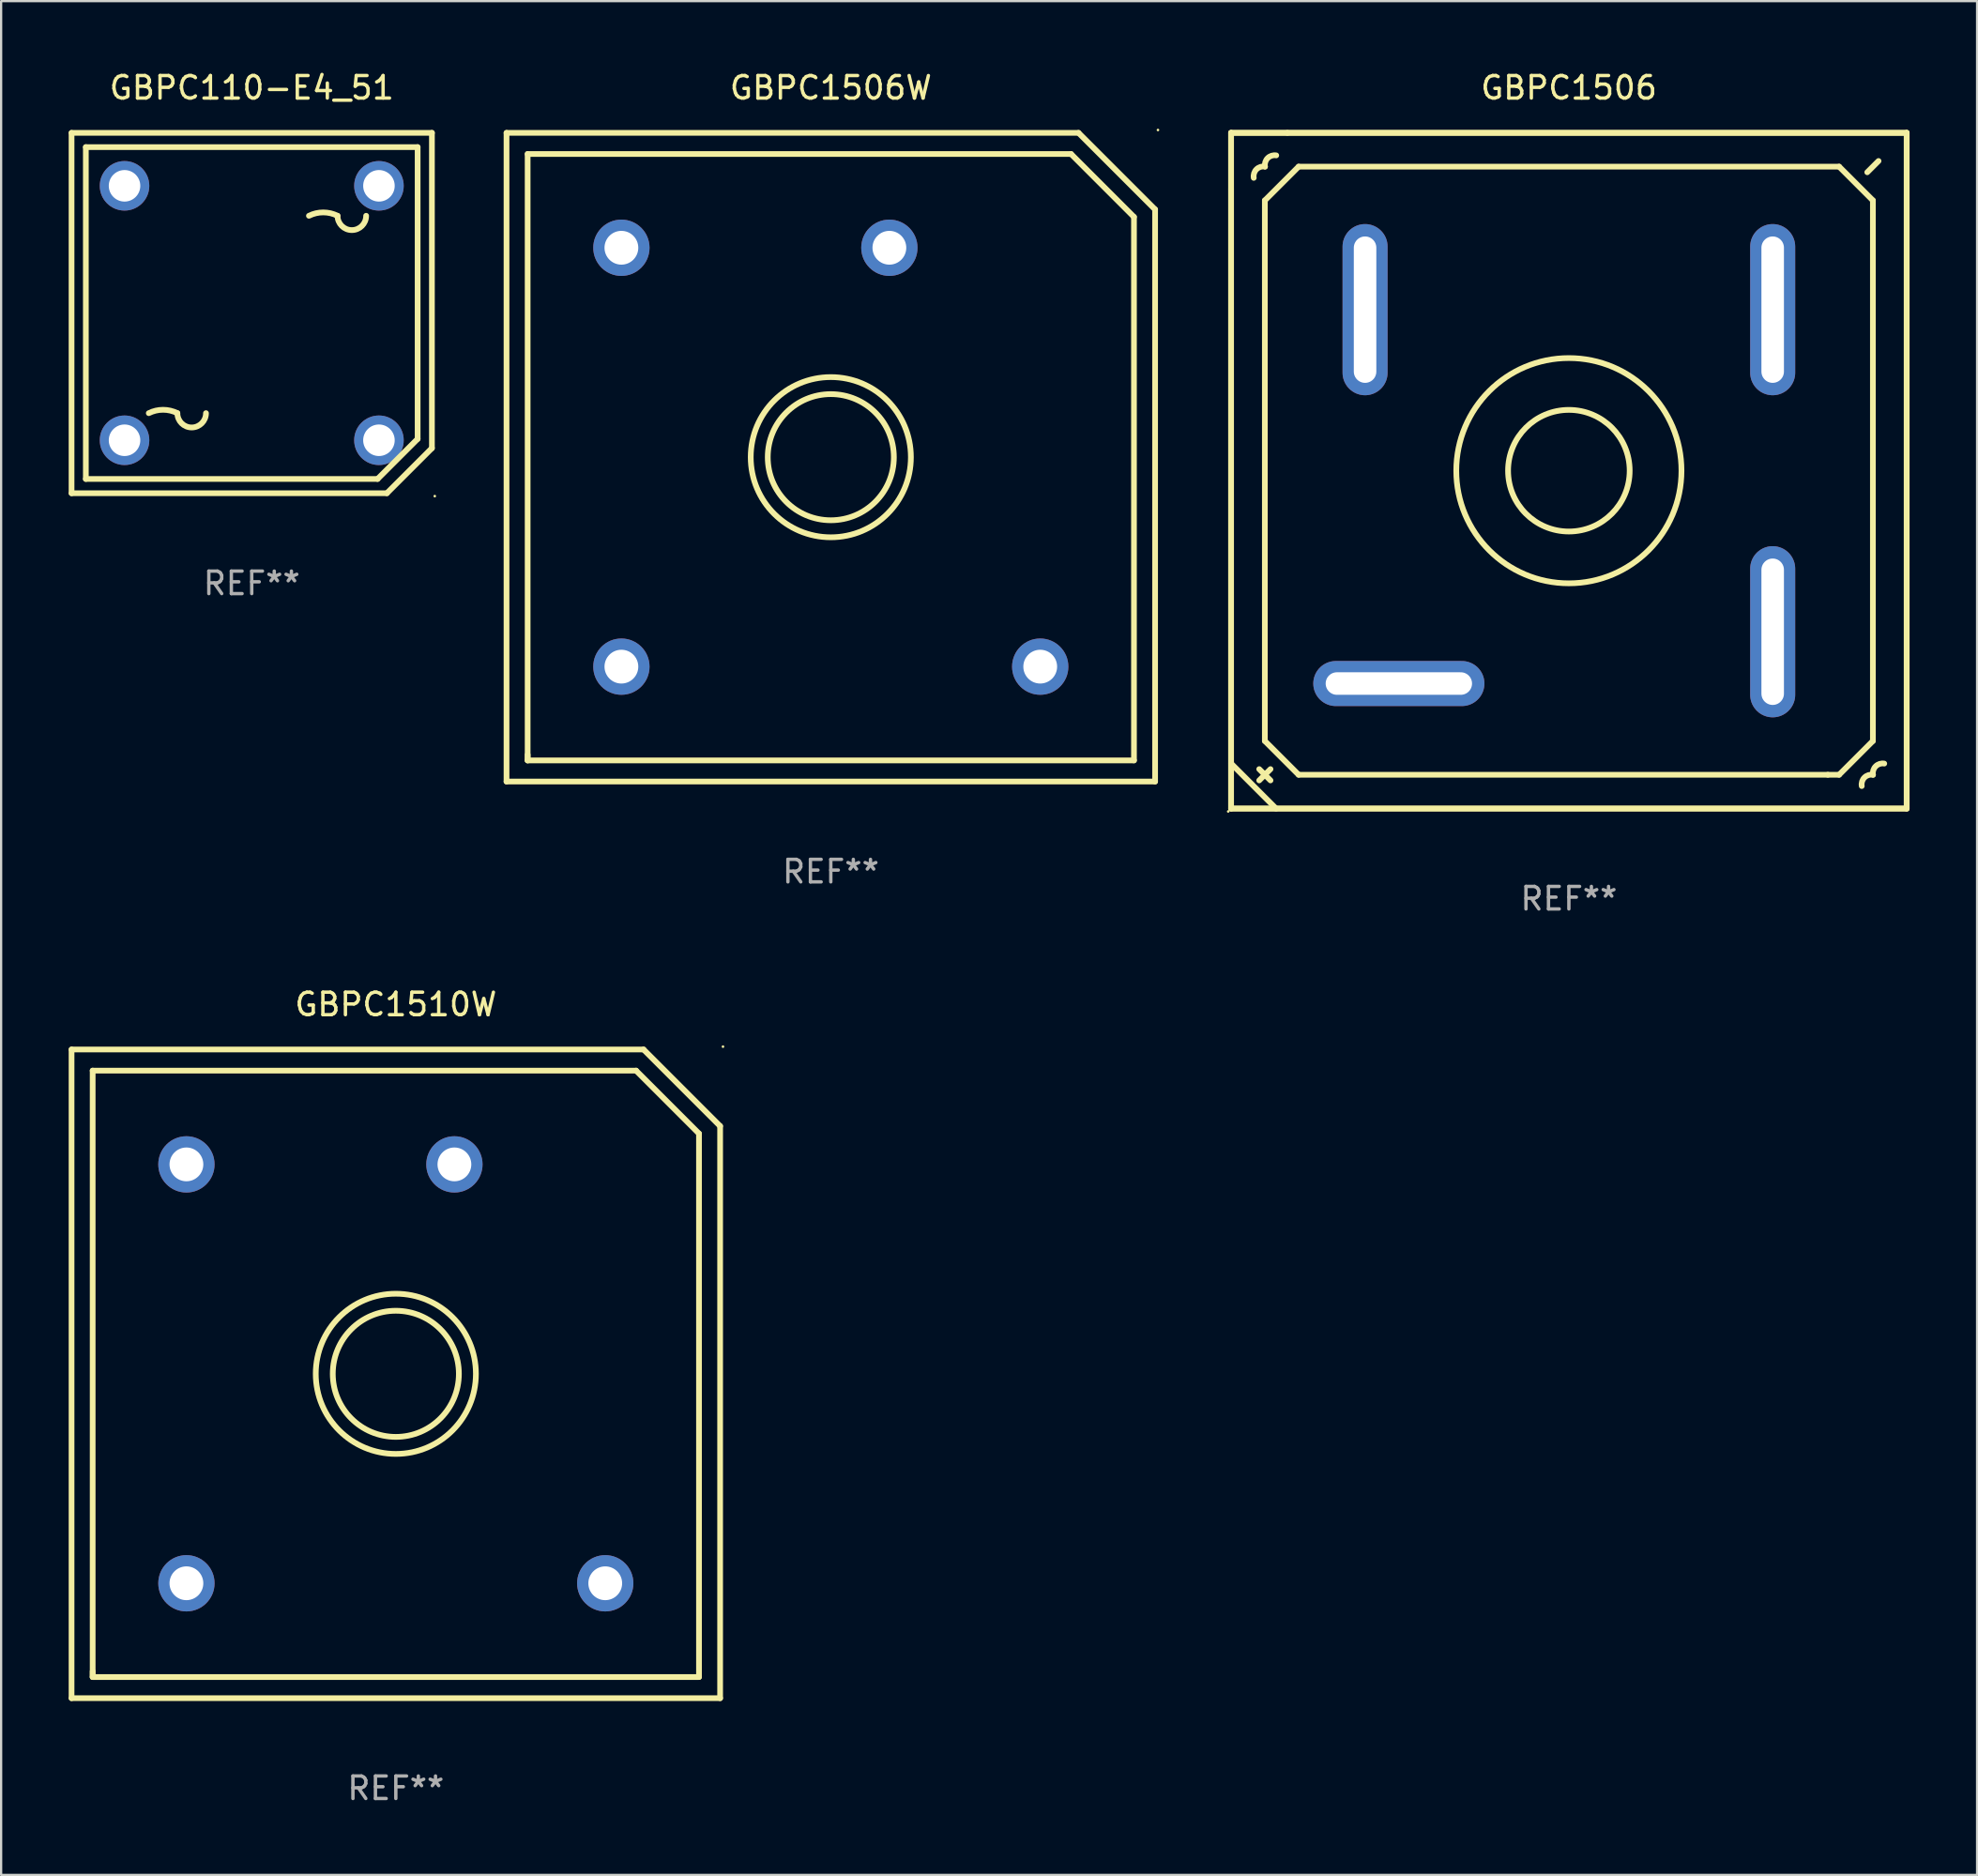
<source format=kicad_pcb>
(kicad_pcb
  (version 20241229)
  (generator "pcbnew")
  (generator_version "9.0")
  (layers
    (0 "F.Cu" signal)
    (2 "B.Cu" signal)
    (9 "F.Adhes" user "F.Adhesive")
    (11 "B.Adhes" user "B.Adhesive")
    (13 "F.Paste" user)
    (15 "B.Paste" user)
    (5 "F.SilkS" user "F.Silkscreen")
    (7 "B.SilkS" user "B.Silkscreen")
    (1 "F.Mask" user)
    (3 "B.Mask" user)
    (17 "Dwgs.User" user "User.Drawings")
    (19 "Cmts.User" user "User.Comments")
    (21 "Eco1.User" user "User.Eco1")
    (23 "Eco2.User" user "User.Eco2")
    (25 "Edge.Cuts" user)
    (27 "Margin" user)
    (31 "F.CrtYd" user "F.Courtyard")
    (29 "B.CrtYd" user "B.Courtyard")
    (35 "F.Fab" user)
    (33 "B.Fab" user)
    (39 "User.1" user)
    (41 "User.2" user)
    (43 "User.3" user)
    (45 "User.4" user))
  (footprint "GBPC1506"
    (layer "F.Cu")
    (at 66.616 17.849)
    (property "Reference" "GBPC1506" (at 0 -17.001 0) (layer "F.SilkS") (effects (font (size 1 1) (thickness 0.15))))
    (attr through_hole)
    (fp_line (start -15 -15.001) (end -12.5 -15.001) (stroke (width 0.254) (type solid)) (layer "F.SilkS"))
    (fp_line (start -15 -15.001) (end 15 -15.001) (stroke (width 0.254) (type solid)) (layer "F.SilkS"))
    (fp_line (start -15 -12.501) (end -15 -15.001) (stroke (width 0.254) (type solid)) (layer "F.SilkS"))
    (fp_line (start -15 14.999) (end -15 -15.001) (stroke (width 0.254) (type solid)) (layer "F.SilkS"))
    (fp_line (start -15 14.999) (end -15 -12.501) (stroke (width 0.254) (type solid)) (layer "F.SilkS"))
    (fp_line (start -14.999 12.999) (end -13 15.001) (stroke (width 0.254) (type solid)) (layer "F.SilkS"))
    (fp_line (start -13.75 13.749) (end -13.25 13.249) (stroke (width 0.254) (type solid)) (layer "F.SilkS"))
    (fp_line (start -13.5 -12.001) (end -12 -13.501) (stroke (width 0.254) (type solid)) (layer "F.SilkS"))
    (fp_line (start -13.5 11.999) (end -13.5 -12.001) (stroke (width 0.254) (type solid)) (layer "F.SilkS"))
    (fp_line (start -13.25 13.749) (end -13.75 13.249) (stroke (width 0.254) (type solid)) (layer "F.SilkS"))
    (fp_line (start -12.5 -15.001) (end 15 -15.001) (stroke (width 0.254) (type solid)) (layer "F.SilkS"))
    (fp_line (start -12 -13.501) (end 12 -13.501) (stroke (width 0.254) (type solid)) (layer "F.SilkS"))
    (fp_line (start -12 13.499) (end -13.5 11.999) (stroke (width 0.254) (type solid)) (layer "F.SilkS"))
    (fp_line (start 11.5 13.499) (end -12 13.499) (stroke (width 0.254) (type solid)) (layer "F.SilkS"))
    (fp_line (start 12 -13.501) (end 13.5 -12.001) (stroke (width 0.254) (type solid)) (layer "F.SilkS"))
    (fp_line (start 12 13.499) (end 11.5 13.499) (stroke (width 0.254) (type solid)) (layer "F.SilkS"))
    (fp_line (start 13.5 -12.001) (end 13.5 11.999) (stroke (width 0.254) (type solid)) (layer "F.SilkS"))
    (fp_line (start 13.5 11.999) (end 12 13.499) (stroke (width 0.254) (type solid)) (layer "F.SilkS"))
    (fp_line (start 13.75 -13.751) (end 13.25 -13.251) (stroke (width 0.254) (type solid)) (layer "F.SilkS"))
    (fp_line (start 15 -15.001) (end 15 14.999) (stroke (width 0.254) (type solid)) (layer "F.SilkS"))
    (fp_line (start 15 -15.001) (end 15 14.999) (stroke (width 0.254) (type solid)) (layer "F.SilkS"))
    (fp_line (start 15 14.999) (end -15 14.999) (stroke (width 0.254) (type solid)) (layer "F.SilkS"))
    (fp_line (start 15 14.999) (end -15 14.999) (stroke (width 0.254) (type solid)) (layer "F.SilkS"))
    (fp_arc (start -13.993167 -13.002413) (mid -13.872579 -13.381824) (end -13.493168 -13.502412) (stroke (width 0.254001) (type solid)) (layer "F.SilkS"))
    (fp_arc (start -13.494692 -13.500381) (mid -13.374103 -13.879793) (end -12.994691 -14.000381) (stroke (width 0.254001) (type solid)) (layer "F.SilkS"))
    (fp_arc (start 13.005131 14.000635) (mid 13.125719 13.621224) (end 13.50513 13.500636) (stroke (width 0.254001) (type solid)) (layer "F.SilkS"))
    (fp_arc (start 13.503606 13.502667) (mid 13.624195 13.123255) (end 14.003607 13.002667) (stroke (width 0.254001) (type solid)) (layer "F.SilkS"))
    (fp_circle (center -15.127 15.128) (end -15.097 15.128) (stroke (width 0.06) (type solid)) (fill no) (layer "F.SilkS"))
    (fp_circle (center 0 -0.001) (end 2.7 -0.001) (stroke (width 0.254) (type solid)) (fill no) (layer "F.SilkS"))
    (fp_circle (center 0 -0.001) (end 5 -0.001) (stroke (width 0.254) (type solid)) (fill no) (layer "F.SilkS"))
    (fp_text user "REF**" (at 0 19.001 0) (layer "F.Fab") (effects (font (size 1 1) (thickness 0.15))))
    (pad "1" thru_hole oval (at -7.55 9.449 270) (size 2 7.6) (drill oval 1 6.5) (layers "*.Cu" "*.Mask"))
    (pad "2" thru_hole oval (at -9.05 -7.151 180) (size 2 7.6) (drill oval 1 6.5) (layers "*.Cu" "*.Mask"))
    (pad "3" thru_hole oval (at 9.05 -7.151) (size 2 7.6) (drill oval 1 6.5) (layers "*.Cu" "*.Mask"))
    (pad "4" thru_hole oval (at 9.05 7.149) (size 2 7.6) (drill oval 1 6.5) (layers "*.Cu" "*.Mask")))
  (footprint "GBPC1506W"
    (layer "F.Cu")
    (at 33.842 17.249)
    (property "Reference" "GBPC1506W" (at 0 -16.4 0) (layer "F.SilkS") (effects (font (size 1 1) (thickness 0.15))))
    (attr through_hole)
    (fp_line (start -14.4 14.4) (end 14.4 14.4) (stroke (width 0.254) (type solid)) (layer "F.SilkS"))
    (fp_line (start -14.4 14.4) (end -14.4 -14.4) (stroke (width 0.254) (type solid)) (layer "F.SilkS"))
    (fp_line (start -13.462 -13.462) (end 10.668 -13.462) (stroke (width 0.254) (type solid)) (layer "F.SilkS"))
    (fp_line (start -13.462 13.462) (end -13.462 -13.462) (stroke (width 0.254) (type solid)) (layer "F.SilkS"))
    (fp_line (start -13.462 13.462) (end -13.462 13.208) (stroke (width 0.254) (type solid)) (layer "F.SilkS"))
    (fp_line (start 10.668 -13.462) (end 13.462 -10.668) (stroke (width 0.254) (type solid)) (layer "F.SilkS"))
    (fp_line (start 11 -14.4) (end -14.4 -14.4) (stroke (width 0.254) (type solid)) (layer "F.SilkS"))
    (fp_line (start 11 -14.4) (end 14.4 -11) (stroke (width 0.254) (type solid)) (layer "F.SilkS"))
    (fp_line (start 13.462 -10.668) (end 13.462 13.462) (stroke (width 0.254) (type solid)) (layer "F.SilkS"))
    (fp_line (start 13.462 13.462) (end -13.462 13.462) (stroke (width 0.254) (type solid)) (layer "F.SilkS"))
    (fp_line (start 14.4 14.4) (end 14.4 -11) (stroke (width 0.254) (type solid)) (layer "F.SilkS"))
    (fp_circle (center 0 -0.000381) (end 2.8 -0.000381) (stroke (width 0.254) (type solid)) (fill no) (layer "F.SilkS"))
    (fp_circle (center 0 -0.000381) (end 3.556 -0.000381) (stroke (width 0.254) (type solid)) (fill no) (layer "F.SilkS"))
    (fp_circle (center 14.527 -14.527) (end 14.557 -14.527) (stroke (width 0.06) (type solid)) (fill no) (layer "F.SilkS"))
    (fp_text user "REF**" (at 0 18.4 0) (layer "F.Fab") (effects (font (size 1 1) (thickness 0.15))))
    (pad "1" thru_hole circle (at 2.601 -9.299) (size 2.5 2.5) (drill 1.5) (layers "*.Cu" "*.Mask"))
    (pad "2" thru_hole circle (at 9.299 9.299) (size 2.5 2.5) (drill 1.5) (layers "*.Cu" "*.Mask"))
    (pad "3" thru_hole circle (at -9.299 9.299) (size 2.5 2.5) (drill 1.5) (layers "*.Cu" "*.Mask"))
    (pad "4" thru_hole circle (at -9.299 -9.299) (size 2.5 2.5) (drill 1.5) (layers "*.Cu" "*.Mask")))
  (footprint "GBPC110-E4_51"
    (layer "F.Cu")
    (at 8.128 10.849)
    (property "Reference" "GBPC110-E4_51" (at 0 -10.001 0) (layer "F.SilkS") (effects (font (size 1 1) (thickness 0.15))))
    (attr through_hole)
    (fp_line (start -8.001 8.001) (end -8.001 -7.999) (stroke (width 0.254) (type solid)) (layer "F.SilkS"))
    (fp_line (start -7.999 -8.001) (end 8.001 -8.001) (stroke (width 0.254) (type solid)) (layer "F.SilkS"))
    (fp_line (start -7.366 -7.367) (end 7.367 -7.367) (stroke (width 0.254) (type solid)) (layer "F.SilkS"))
    (fp_line (start -7.366 7.366) (end -7.366 -7.367) (stroke (width 0.254) (type solid)) (layer "F.SilkS"))
    (fp_line (start 5.589 7.366) (end -7.366 7.366) (stroke (width 0.254) (type solid)) (layer "F.SilkS"))
    (fp_line (start 6.001 7.999) (end -7.999 7.999) (stroke (width 0.254) (type solid)) (layer "F.SilkS"))
    (fp_line (start 7.367 -7.367) (end 7.367 5.588) (stroke (width 0.254) (type solid)) (layer "F.SilkS"))
    (fp_line (start 7.367 5.588) (end 5.589 7.366) (stroke (width 0.254) (type solid)) (layer "F.SilkS"))
    (fp_line (start 8.001 -8.001) (end 8.001 5.999) (stroke (width 0.254) (type solid)) (layer "F.SilkS"))
    (fp_line (start 8.001 5.999) (end 6.001 7.999) (stroke (width 0.254) (type solid)) (layer "F.SilkS"))
    (fp_arc (start -4.571501 4.444501) (mid -3.9365 4.294598) (end -3.301499 4.444501) (stroke (width 0.254001) (type solid)) (layer "F.SilkS"))
    (fp_arc (start -2.031496 4.444501) (mid -2.666497 5.079502) (end -3.301498 4.444501) (stroke (width 0.254001) (type solid)) (layer "F.SilkS"))
    (fp_arc (start 2.540513 -4.318517) (mid 3.175514 -4.46842) (end 3.810516 -4.318517) (stroke (width 0.254001) (type solid)) (layer "F.SilkS"))
    (fp_arc (start 5.080518 -4.318517) (mid 4.445517 -3.683516) (end 3.810516 -4.318517) (stroke (width 0.254001) (type solid)) (layer "F.SilkS"))
    (fp_circle (center 8.128 8.128) (end 8.158 8.128) (stroke (width 0.06) (type solid)) (fill no) (layer "F.SilkS"))
    (fp_text user "-" (at -4.826 -4.504 0) (layer "B.Mask") (effects (font (size 1 1) (thickness 0.15))))
    (fp_text user "+" (at 3.049 4.386 0) (layer "B.Mask") (effects (font (size 1 1) (thickness 0.15))))
    (fp_text user "REF**" (at 0 12.001 0) (layer "F.Fab") (effects (font (size 1 1) (thickness 0.15))))
    (pad "1" thru_hole circle (at 5.649 5.648) (size 2.2 2.2) (drill 1.4) (layers "*.Cu" "*.Mask"))
    (pad "2" thru_hole circle (at 5.649 -5.649) (size 2.2 2.2) (drill 1.4) (layers "*.Cu" "*.Mask"))
    (pad "3" thru_hole circle (at -5.648 -5.649) (size 2.2 2.2) (drill 1.4) (layers "*.Cu" "*.Mask"))
    (pad "4" thru_hole circle (at -5.648 5.648) (size 2.2 2.2) (drill 1.4) (layers "*.Cu" "*.Mask")))
  (footprint "GBPC1510W"
    (layer "F.Cu")
    (at 14.527 57.946)
    (property "Reference" "GBPC1510W" (at 0 -16.4 0) (layer "F.SilkS") (effects (font (size 1 1) (thickness 0.15))))
    (attr through_hole)
    (fp_line (start -14.4 14.4) (end 14.4 14.4) (stroke (width 0.254) (type solid)) (layer "F.SilkS"))
    (fp_line (start -14.4 14.4) (end -14.4 -14.4) (stroke (width 0.254) (type solid)) (layer "F.SilkS"))
    (fp_line (start -13.462 -13.462) (end 10.668 -13.462) (stroke (width 0.254) (type solid)) (layer "F.SilkS"))
    (fp_line (start -13.462 13.462) (end -13.462 -13.462) (stroke (width 0.254) (type solid)) (layer "F.SilkS"))
    (fp_line (start -13.462 13.462) (end -13.462 13.208) (stroke (width 0.254) (type solid)) (layer "F.SilkS"))
    (fp_line (start 10.668 -13.462) (end 13.462 -10.668) (stroke (width 0.254) (type solid)) (layer "F.SilkS"))
    (fp_line (start 11 -14.4) (end -14.4 -14.4) (stroke (width 0.254) (type solid)) (layer "F.SilkS"))
    (fp_line (start 11 -14.4) (end 14.4 -11) (stroke (width 0.254) (type solid)) (layer "F.SilkS"))
    (fp_line (start 13.462 -10.668) (end 13.462 13.462) (stroke (width 0.254) (type solid)) (layer "F.SilkS"))
    (fp_line (start 13.462 13.462) (end -13.462 13.462) (stroke (width 0.254) (type solid)) (layer "F.SilkS"))
    (fp_line (start 14.4 14.4) (end 14.4 -11) (stroke (width 0.254) (type solid)) (layer "F.SilkS"))
    (fp_circle (center 0 -0.000381) (end 2.8 -0.000381) (stroke (width 0.254) (type solid)) (fill no) (layer "F.SilkS"))
    (fp_circle (center 0 -0.000381) (end 3.556 -0.000381) (stroke (width 0.254) (type solid)) (fill no) (layer "F.SilkS"))
    (fp_circle (center 14.527 -14.527) (end 14.557 -14.527) (stroke (width 0.06) (type solid)) (fill no) (layer "F.SilkS"))
    (fp_text user "REF**" (at 0 18.4 0) (layer "F.Fab") (effects (font (size 1 1) (thickness 0.15))))
    (pad "1" thru_hole circle (at 2.601 -9.299) (size 2.5 2.5) (drill 1.5) (layers "*.Cu" "*.Mask"))
    (pad "2" thru_hole circle (at 9.299 9.299) (size 2.5 2.5) (drill 1.5) (layers "*.Cu" "*.Mask"))
    (pad "3" thru_hole circle (at -9.299 9.299) (size 2.5 2.5) (drill 1.5) (layers "*.Cu" "*.Mask"))
    (pad "4" thru_hole circle (at -9.299 -9.299) (size 2.5 2.5) (drill 1.5) (layers "*.Cu" "*.Mask")))
  (gr_rect
    (start -3 -3)
    (end 84.743 80.195)
    (stroke (width 0.1) (type default))
    (fill no)
    (layer "Edge.Cuts")))
</source>
